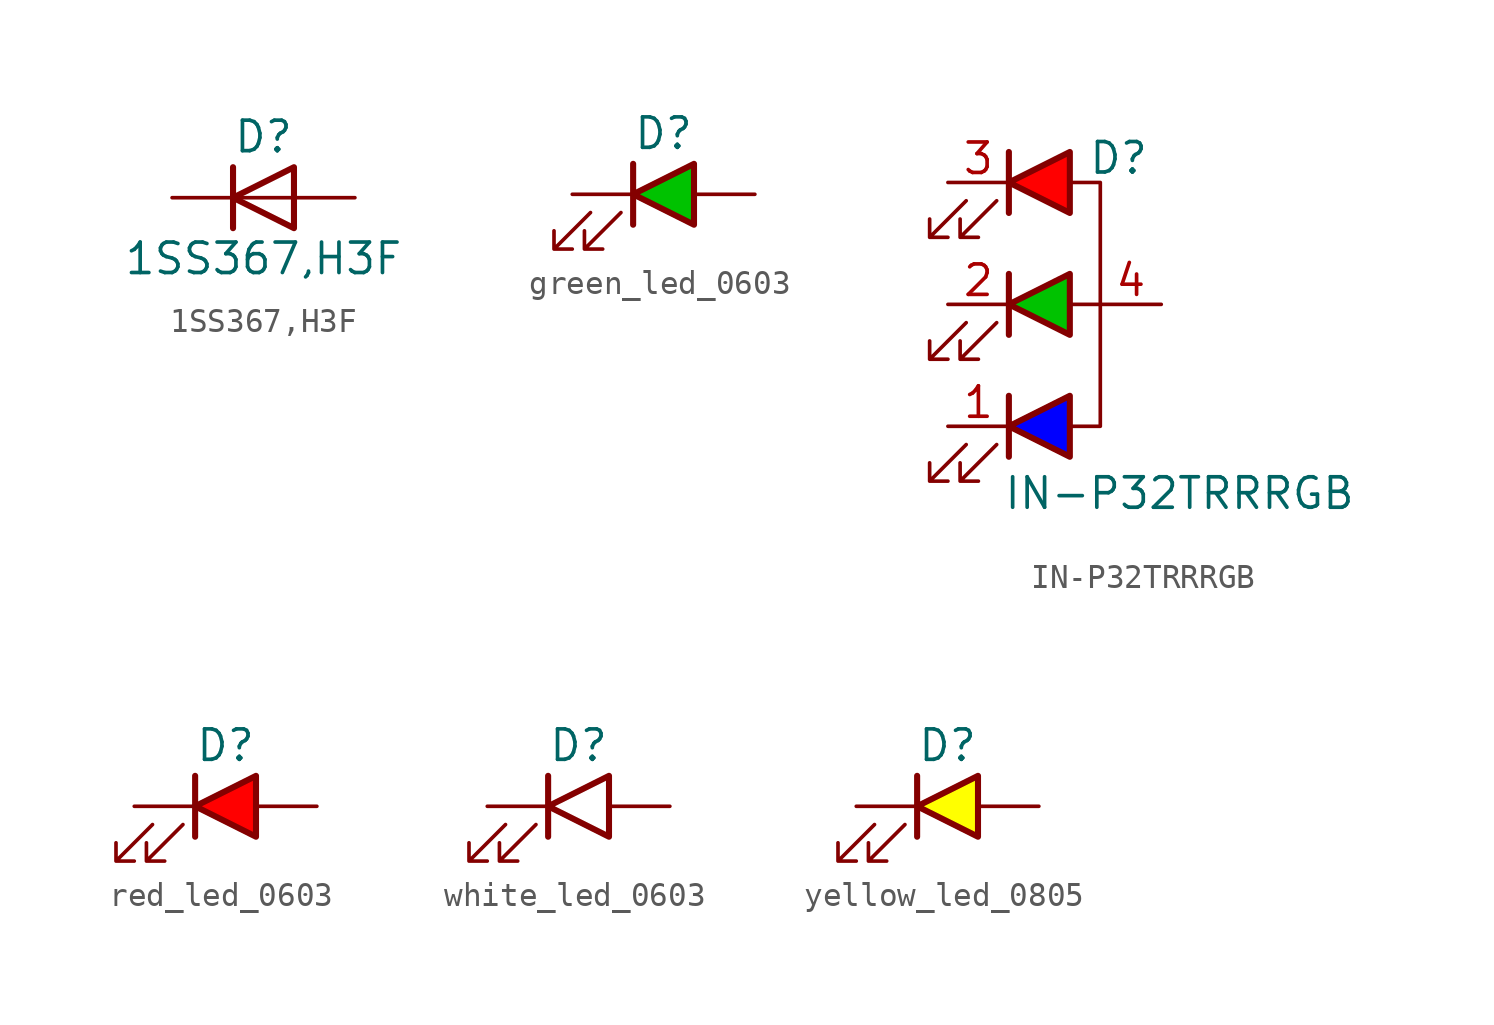
<source format=kicad_sym>
(kicad_symbol_lib
  (version 20231120)
  (generator "kicad_symbol_editor")
  (generator_version "8.0")
  (symbol "1SS367,H3F"
    (pin_numbers hide)
    (pin_names hide)
    (property "Reference" "D"
      (at 0 2.54 0)
      (effects (font (size 1.27 1.27))))
    (property "Value" "1SS367,H3F"
      (at 0 -2.54 0)
      (effects (font (size 1.27 1.27))))
    (symbol "1SS367,H3F_0_1"
      (polyline (pts (xy -1.27 1.27) (xy -1.27 -1.27)) (stroke (width 0.254) (type default)) (fill (type none)))
      (polyline (pts (xy 1.27 0) (xy -1.27 0)) (stroke (width 0) (type default)) (fill (type none)))
      (polyline (pts (xy 1.27 1.27) (xy 1.27 -1.27) (xy -1.27 0) (xy 1.27 1.27)) (stroke (width 0.254) (type default)) (fill (type none))))
    (symbol "1SS367,H3F_1_1"
      (pin passive line (at -3.81 0 0) (length 2.54) (name "K" (effects (font (size 1.27 1.27)))) (number "1" (effects (font (size 1.27 1.27)))))
      (pin passive line (at 3.81 0 180) (length 2.54) (name "A" (effects (font (size 1.27 1.27)))) (number "2" (effects (font (size 1.27 1.27)))))))
  (symbol "green_led_0603"
    (pin_numbers hide)
    (pin_names
      (offset 1.016) hide)
    (property "Reference" "D"
      (at 0 2.54 0)
      (effects (font (size 1.27 1.27))))
    (symbol "green_led_0603_0_1"
      (polyline (pts (xy -1.27 -1.27) (xy -1.27 1.27)) (stroke (width 0.254) (type default)) (fill (type none)))
      (polyline (pts (xy -3.048 -0.762) (xy -4.572 -2.286) (xy -3.81 -2.286) (xy -4.572 -2.286) (xy -4.572 -1.524)) (stroke (width 0) (type default)) (fill (type none)))
      (polyline (pts (xy -1.778 -0.762) (xy -3.302 -2.286) (xy -2.54 -2.286) (xy -3.302 -2.286) (xy -3.302 -1.524)) (stroke (width 0) (type default)) (fill (type none))))
    (symbol "green_led_0603_1_1"
      (polyline (pts (xy 1.27 -1.27) (xy 1.27 1.27) (xy -1.27 0) (xy 1.27 -1.27)) (stroke (width 0.254) (type default)) (fill (type color) (color 0 194 0 1)))
      (pin passive line (at 3.81 0 180) (length 2.54) (name "A" (effects (font (size 1.27 1.27)))) (number "A" (effects (font (size 1.27 1.27)))))
      (pin passive line (at -3.81 0 0) (length 2.54) (name "C" (effects (font (size 1.27 1.27)))) (number "C" (effects (font (size 1.27 1.27)))))))
  (symbol "IN-P32TRRRGB"
    (pin_names hide)
    (property "Reference" "D"
      (at 2.032 6.096 0)
      (effects (font (size 1.27 1.27))))
    (property "Value" "IN-P32TRRRGB"
      (at 4.572 -7.874 0)
      (effects (font (size 1.27 1.27))))
    (symbol "IN-P32TRRRGB_0_1"
      (polyline (pts (xy -2.54 -6.35) (xy -2.54 -3.81)) (stroke (width 0.254) (type default)) (fill (type none)))
      (polyline (pts (xy -2.54 -1.27) (xy -2.54 1.27)) (stroke (width 0.254) (type default)) (fill (type none)))
      (polyline (pts (xy -2.54 3.81) (xy -2.54 6.35)) (stroke (width 0.254) (type default)) (fill (type none)))
      (polyline (pts (xy 0 0) (xy 1.27 0)) (stroke (width 0) (type default)) (fill (type none)))
      (polyline (pts (xy 0 5.08) (xy 1.27 5.08) (xy 1.27 -5.08) (xy 0 -5.08)) (stroke (width 0) (type default)) (fill (type none)))
      (polyline (pts (xy -4.318 -5.842) (xy -5.842 -7.366) (xy -5.08 -7.366) (xy -5.842 -7.366) (xy -5.842 -6.604)) (stroke (width 0) (type default)) (fill (type none)))
      (polyline (pts (xy -4.318 -0.762) (xy -5.842 -2.286) (xy -5.08 -2.286) (xy -5.842 -2.286) (xy -5.842 -1.524)) (stroke (width 0) (type default)) (fill (type none)))
      (polyline (pts (xy -4.318 4.318) (xy -5.842 2.794) (xy -5.08 2.794) (xy -5.842 2.794) (xy -5.842 3.556)) (stroke (width 0) (type default)) (fill (type none)))
      (polyline (pts (xy -3.048 -5.842) (xy -4.572 -7.366) (xy -3.81 -7.366) (xy -4.572 -7.366) (xy -4.572 -6.604)) (stroke (width 0) (type default)) (fill (type none)))
      (polyline (pts (xy -3.048 -0.762) (xy -4.572 -2.286) (xy -3.81 -2.286) (xy -4.572 -2.286) (xy -4.572 -1.524)) (stroke (width 0) (type default)) (fill (type none)))
      (polyline (pts (xy -3.048 4.318) (xy -4.572 2.794) (xy -3.81 2.794) (xy -4.572 2.794) (xy -4.572 3.556)) (stroke (width 0) (type default)) (fill (type none))))
    (symbol "IN-P32TRRRGB_1_1"
      (polyline (pts (xy 0 -6.35) (xy 0 -3.81) (xy -2.54 -5.08) (xy 0 -6.35)) (stroke (width 0.254) (type default)) (fill (type color) (color 0 0 255 1)))
      (polyline (pts (xy 0 -1.27) (xy 0 1.27) (xy -2.54 0) (xy 0 -1.27)) (stroke (width 0.254) (type default)) (fill (type color) (color 0 194 0 1)))
      (polyline (pts (xy 0 3.81) (xy 0 6.35) (xy -2.54 5.08) (xy 0 3.81)) (stroke (width 0.254) (type default)) (fill (type color) (color 255 0 0 1)))
      (pin passive line (at -5.08 -5.08 0) (length 2.54) (name "C_BLUE" (effects (font (size 1.27 1.27)))) (number "1" (effects (font (size 1.27 1.27)))))
      (pin passive line (at -5.08 0 0) (length 2.54) (name "C_GREEN" (effects (font (size 1.27 1.27)))) (number "2" (effects (font (size 1.27 1.27)))))
      (pin passive line (at -5.08 5.08 0) (length 2.54) (name "C_RED" (effects (font (size 1.27 1.27)))) (number "3" (effects (font (size 1.27 1.27)))))
      (pin passive line (at 3.81 0 180) (length 2.54) (name "COM" (effects (font (size 1.27 1.27)))) (number "4" (effects (font (size 1.27 1.27)))))))
  (symbol "red_led_0603"
    (pin_numbers hide)
    (pin_names
      (offset 1.016) hide)
    (property "Reference" "D"
      (at 0 2.54 0)
      (effects (font (size 1.27 1.27))))
    (symbol "red_led_0603_0_1"
      (polyline (pts (xy -1.27 -1.27) (xy -1.27 1.27)) (stroke (width 0.254) (type default)) (fill (type none)))
      (polyline (pts (xy -3.048 -0.762) (xy -4.572 -2.286) (xy -3.81 -2.286) (xy -4.572 -2.286) (xy -4.572 -1.524)) (stroke (width 0) (type default)) (fill (type none)))
      (polyline (pts (xy -1.778 -0.762) (xy -3.302 -2.286) (xy -2.54 -2.286) (xy -3.302 -2.286) (xy -3.302 -1.524)) (stroke (width 0) (type default)) (fill (type none))))
    (symbol "red_led_0603_1_1"
      (polyline (pts (xy 1.27 -1.27) (xy 1.27 1.27) (xy -1.27 0) (xy 1.27 -1.27)) (stroke (width 0.254) (type default)) (fill (type color) (color 255 0 0 1)))
      (pin passive line (at 3.81 0 180) (length 2.54) (name "A" (effects (font (size 1.27 1.27)))) (number "A" (effects (font (size 1.27 1.27)))))
      (pin passive line (at -3.81 0 0) (length 2.54) (name "C" (effects (font (size 1.27 1.27)))) (number "C" (effects (font (size 1.27 1.27)))))))
  (symbol "white_led_0603"
    (pin_numbers hide)
    (pin_names
      (offset 1.016) hide)
    (property "Reference" "D"
      (at 0 2.54 0)
      (effects (font (size 1.27 1.27))))
    (symbol "white_led_0603_0_1"
      (polyline (pts (xy -1.27 -1.27) (xy -1.27 1.27)) (stroke (width 0.254) (type default)) (fill (type none)))
      (polyline (pts (xy -3.048 -0.762) (xy -4.572 -2.286) (xy -3.81 -2.286) (xy -4.572 -2.286) (xy -4.572 -1.524)) (stroke (width 0) (type default)) (fill (type none)))
      (polyline (pts (xy -1.778 -0.762) (xy -3.302 -2.286) (xy -2.54 -2.286) (xy -3.302 -2.286) (xy -3.302 -1.524)) (stroke (width 0) (type default)) (fill (type none))))
    (symbol "white_led_0603_1_1"
      (polyline (pts (xy 1.27 -1.27) (xy 1.27 1.27) (xy -1.27 0) (xy 1.27 -1.27)) (stroke (width 0.254) (type default)) (fill (type color) (color 0 0 0 0)))
      (pin passive line (at 3.81 0 180) (length 2.54) (name "A" (effects (font (size 1.27 1.27)))) (number "A" (effects (font (size 1.27 1.27)))))
      (pin passive line (at -3.81 0 0) (length 2.54) (name "C" (effects (font (size 1.27 1.27)))) (number "C" (effects (font (size 1.27 1.27)))))))
  (symbol "yellow_led_0805"
    (pin_numbers hide)
    (pin_names
      (offset 1.016) hide)
    (property "Reference" "D"
      (at 0 2.54 0)
      (effects (font (size 1.27 1.27))))
    (symbol "yellow_led_0805_0_1"
      (polyline (pts (xy -1.27 -1.27) (xy -1.27 1.27)) (stroke (width 0.254) (type default)) (fill (type none)))
      (polyline (pts (xy -3.048 -0.762) (xy -4.572 -2.286) (xy -3.81 -2.286) (xy -4.572 -2.286) (xy -4.572 -1.524)) (stroke (width 0) (type default)) (fill (type none)))
      (polyline (pts (xy -1.778 -0.762) (xy -3.302 -2.286) (xy -2.54 -2.286) (xy -3.302 -2.286) (xy -3.302 -1.524)) (stroke (width 0) (type default)) (fill (type none))))
    (symbol "yellow_led_0805_1_1"
      (polyline (pts (xy 1.27 -1.27) (xy 1.27 1.27) (xy -1.27 0) (xy 1.27 -1.27)) (stroke (width 0.254) (type default)) (fill (type color) (color 255 255 0 1)))
      (pin passive line (at 3.81 0 180) (length 2.54) (name "A" (effects (font (size 1.27 1.27)))) (number "A" (effects (font (size 1.27 1.27)))))
      (pin passive line (at -3.81 0 0) (length 2.54) (name "C" (effects (font (size 1.27 1.27)))) (number "C" (effects (font (size 1.27 1.27))))))))
</source>
